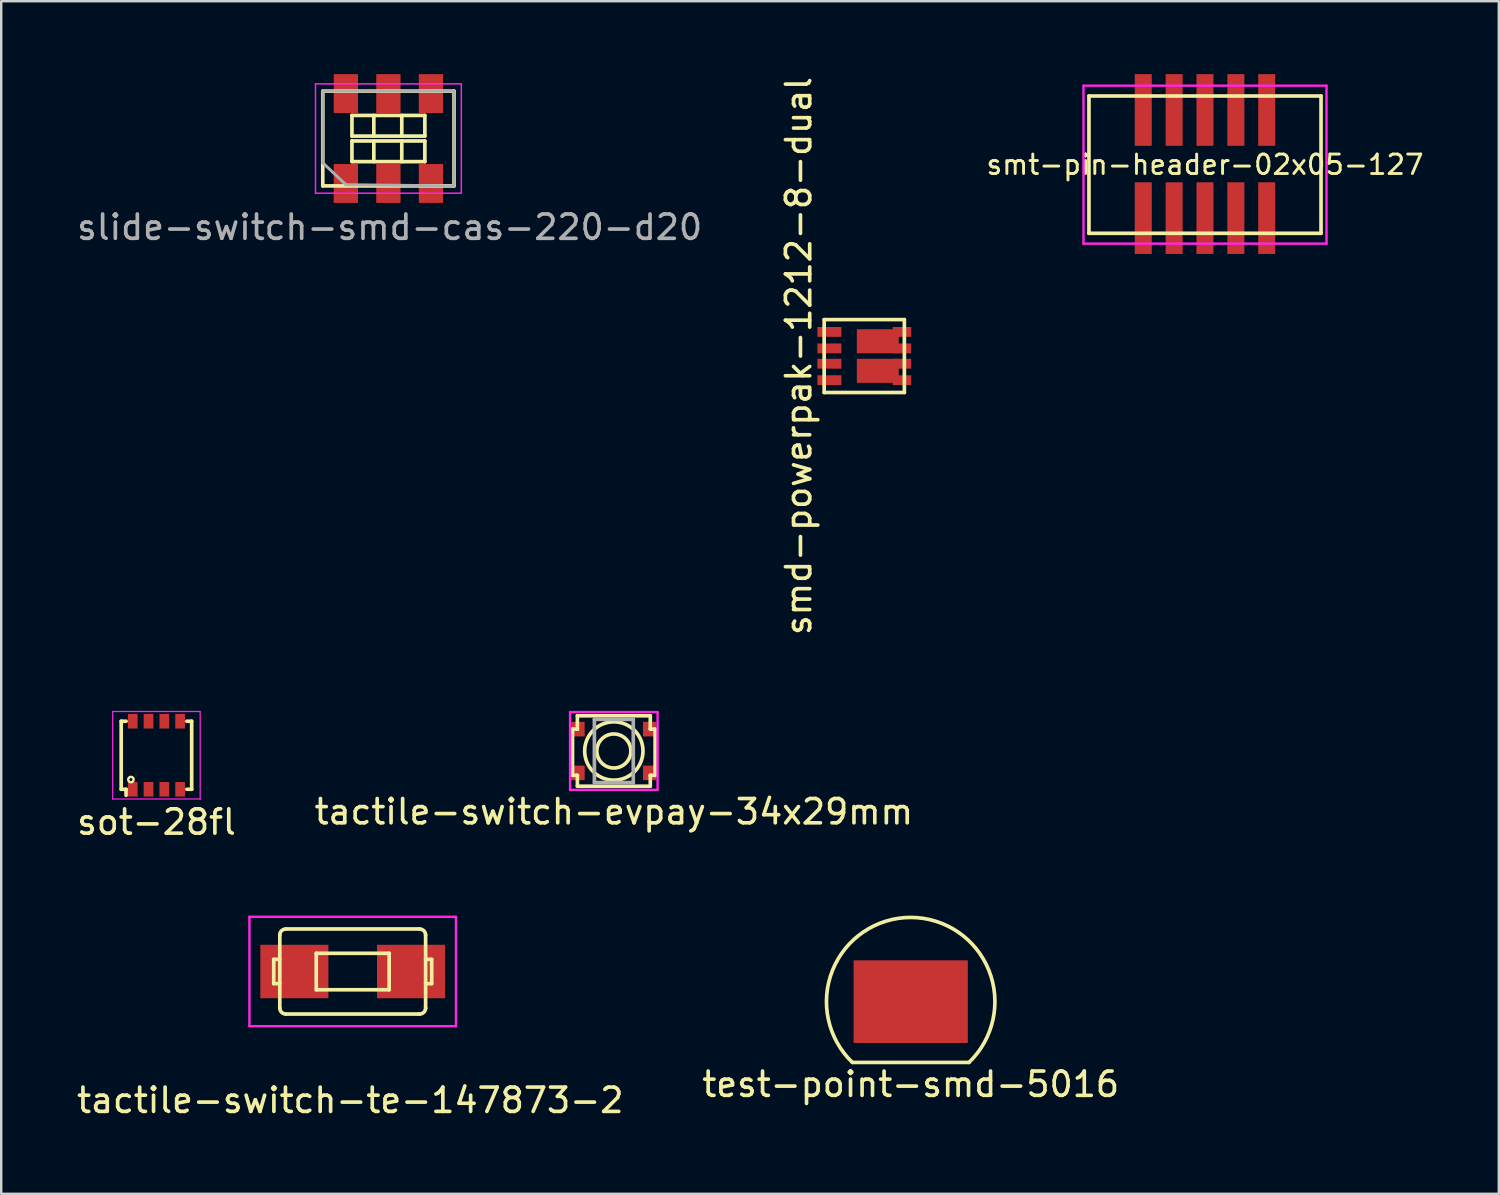
<source format=kicad_pcb>
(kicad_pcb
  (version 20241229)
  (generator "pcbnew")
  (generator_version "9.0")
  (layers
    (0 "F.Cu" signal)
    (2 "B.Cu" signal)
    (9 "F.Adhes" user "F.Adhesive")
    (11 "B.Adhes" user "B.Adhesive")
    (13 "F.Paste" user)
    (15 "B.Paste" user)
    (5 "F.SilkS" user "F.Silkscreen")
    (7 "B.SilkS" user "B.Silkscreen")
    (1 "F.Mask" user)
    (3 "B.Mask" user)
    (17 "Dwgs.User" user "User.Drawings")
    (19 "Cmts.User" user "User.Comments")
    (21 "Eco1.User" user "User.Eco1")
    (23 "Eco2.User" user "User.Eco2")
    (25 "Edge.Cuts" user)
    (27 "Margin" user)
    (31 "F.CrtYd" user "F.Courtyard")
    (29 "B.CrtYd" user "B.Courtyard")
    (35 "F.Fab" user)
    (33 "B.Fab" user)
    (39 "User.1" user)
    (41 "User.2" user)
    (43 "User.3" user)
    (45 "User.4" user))
  (footprint "smt-pin-header-02x05-127"
    (layer "F.Cu")
    (at 46.533 3.725)
    (property "Reference" "smt-pin-header-02x05-127" (at 0 0 0) (layer "F.SilkS") (effects (font (size 0.8 0.8) (thickness 0.12))))
    (attr through_hole)
    (fp_line (start -4.775 -2.825) (end -4.775 2.825) (stroke (width 0.15) (type solid)) (layer "F.SilkS"))
    (fp_line (start -4.775 -2.825) (end 4.775 -2.825) (stroke (width 0.15) (type solid)) (layer "F.SilkS"))
    (fp_line (start -4.775 2.825) (end 4.775 2.825) (stroke (width 0.15) (type solid)) (layer "F.SilkS"))
    (fp_line (start 4.775 -2.825) (end 4.775 2.825) (stroke (width 0.15) (type solid)) (layer "F.SilkS"))
    (fp_line (start -5 -3.25) (end -5 3.25) (stroke (width 0.1) (type solid)) (layer "F.CrtYd"))
    (fp_line (start -5 -3.25) (end 5 -3.25) (stroke (width 0.1) (type solid)) (layer "F.CrtYd"))
    (fp_line (start -5 3.25) (end 5 3.25) (stroke (width 0.1) (type solid)) (layer "F.CrtYd"))
    (fp_line (start 5 3.25) (end 5 -3.25) (stroke (width 0.1) (type solid)) (layer "F.CrtYd"))
    (pad "1" smd rect (at -2.54 2.2) (size 0.7 2.95) (layers "F.Cu" "F.Mask" "F.Paste"))
    (pad "2" smd rect (at -2.54 -2.25) (size 0.7 2.95) (layers "F.Cu" "F.Mask" "F.Paste"))
    (pad "3" smd rect (at -1.27 2.2) (size 0.7 2.95) (layers "F.Cu" "F.Mask" "F.Paste"))
    (pad "4" smd rect (at -1.27 -2.25) (size 0.7 2.95) (layers "F.Cu" "F.Mask" "F.Paste"))
    (pad "5" smd rect (at 0 2.2) (size 0.7 2.95) (layers "F.Cu" "F.Mask" "F.Paste"))
    (pad "6" smd rect (at 0 -2.25) (size 0.7 2.95) (layers "F.Cu" "F.Mask" "F.Paste"))
    (pad "7" smd rect (at 1.27 2.2) (size 0.7 2.95) (layers "F.Cu" "F.Mask" "F.Paste"))
    (pad "8" smd rect (at 1.27 -2.25) (size 0.7 2.95) (layers "F.Cu" "F.Mask" "F.Paste"))
    (pad "9" smd rect (at 2.54 2.2) (size 0.7 2.95) (layers "F.Cu" "F.Mask" "F.Paste"))
    (pad "10" smd rect (at 2.54 -2.25) (size 0.7 2.95) (layers "F.Cu" "F.Mask" "F.Paste")))
  (footprint "sot-28fl"
    (layer "F.Cu")
    (at 3.387 28.027)
    (property "Reference" "sot-28fl" (at 0 2.75 0) (layer "F.SilkS") (effects (font (size 1 1) (thickness 0.15))))
    (attr through_hole)
    (fp_line (start -1.45 -1.4) (end -1.25 -1.4) (stroke (width 0.15) (type solid)) (layer "F.SilkS"))
    (fp_line (start -1.45 1.4) (end -1.45 -1.4) (stroke (width 0.15) (type solid)) (layer "F.SilkS"))
    (fp_line (start -1.45 1.4) (end -1.25 1.4) (stroke (width 0.15) (type solid)) (layer "F.SilkS"))
    (fp_line (start -1.25 1.4) (end -1.25 1.65) (stroke (width 0.15) (type solid)) (layer "F.SilkS"))
    (fp_line (start 1.45 -1.4) (end 1.25 -1.4) (stroke (width 0.15) (type solid)) (layer "F.SilkS"))
    (fp_line (start 1.45 -1.4) (end 1.45 1.4) (stroke (width 0.15) (type solid)) (layer "F.SilkS"))
    (fp_line (start 1.45 1.4) (end 1.25 1.4) (stroke (width 0.15) (type solid)) (layer "F.SilkS"))
    (fp_circle (center -1.05 1) (end -0.95 1.05) (stroke (width 0.1) (type solid)) (fill no) (layer "F.SilkS"))
    (fp_line (start -1.8 -1.8) (end 1.8 -1.8) (stroke (width 0.05) (type solid)) (layer "F.CrtYd"))
    (fp_line (start -1.8 1.8) (end -1.8 -1.8) (stroke (width 0.05) (type solid)) (layer "F.CrtYd"))
    (fp_line (start 1.8 -1.8) (end 1.8 1.8) (stroke (width 0.05) (type solid)) (layer "F.CrtYd"))
    (fp_line (start 1.8 1.8) (end -1.8 1.8) (stroke (width 0.05) (type solid)) (layer "F.CrtYd"))
    (pad "1" smd rect (at -0.975 1.4) (size 0.4 0.6) (layers "F.Cu" "F.Mask" "F.Paste"))
    (pad "2" smd rect (at -0.325 1.4) (size 0.4 0.6) (layers "F.Cu" "F.Mask" "F.Paste"))
    (pad "3" smd rect (at 0.325 1.4) (size 0.4 0.6) (layers "F.Cu" "F.Mask" "F.Paste"))
    (pad "4" smd rect (at 0.975 1.4) (size 0.4 0.6) (layers "F.Cu" "F.Mask" "F.Paste"))
    (pad "5" smd rect (at 0.975 -1.4) (size 0.4 0.6) (layers "F.Cu" "F.Mask" "F.Paste"))
    (pad "6" smd rect (at 0.325 -1.4) (size 0.4 0.6) (layers "F.Cu" "F.Mask" "F.Paste"))
    (pad "7" smd rect (at -0.325 -1.4) (size 0.4 0.6) (layers "F.Cu" "F.Mask" "F.Paste"))
    (pad "8" smd rect (at -0.975 -1.4) (size 0.4 0.6) (layers "F.Cu" "F.Mask" "F.Paste")))
  (footprint "tactile-switch-te-147873-2"
    (layer "F.Cu")
    (at 11.463 36.926)
    (property "Reference" "tactile-switch-te-147873-2" (at -0.1 5.3 0) (layer "F.SilkS") (effects (font (size 1 1) (thickness 0.15))))
    (attr through_hole)
    (fp_line (start -3.25 -0.5) (end -3.25 0.5) (stroke (width 0.15) (type solid)) (layer "F.SilkS"))
    (fp_line (start -3.25 0.5) (end -3 0.5) (stroke (width 0.15) (type solid)) (layer "F.SilkS"))
    (fp_line (start -3 -0.5) (end -3.25 -0.5) (stroke (width 0.15) (type solid)) (layer "F.SilkS"))
    (fp_line (start -3 1.5) (end -3 -1.5) (stroke (width 0.15) (type solid)) (layer "F.SilkS"))
    (fp_line (start -2.75 -1.75) (end 2.75 -1.75) (stroke (width 0.15) (type solid)) (layer "F.SilkS"))
    (fp_line (start -1.5 -0.75) (end -1.5 0.75) (stroke (width 0.15) (type solid)) (layer "F.SilkS"))
    (fp_line (start -1.5 -0.75) (end 1.5 -0.75) (stroke (width 0.15) (type solid)) (layer "F.SilkS"))
    (fp_line (start 1.5 -0.75) (end 1.5 0.75) (stroke (width 0.15) (type solid)) (layer "F.SilkS"))
    (fp_line (start 1.5 0.75) (end -1.5 0.75) (stroke (width 0.15) (type solid)) (layer "F.SilkS"))
    (fp_line (start 2.75 1.75) (end -2.75 1.75) (stroke (width 0.15) (type solid)) (layer "F.SilkS"))
    (fp_line (start 3 -1.5) (end 3 1.5) (stroke (width 0.15) (type solid)) (layer "F.SilkS"))
    (fp_line (start 3 -0.5) (end 3.25 -0.5) (stroke (width 0.15) (type solid)) (layer "F.SilkS"))
    (fp_line (start 3.25 -0.5) (end 3.25 0.5) (stroke (width 0.15) (type solid)) (layer "F.SilkS"))
    (fp_line (start 3.25 0.5) (end 3 0.5) (stroke (width 0.15) (type solid)) (layer "F.SilkS"))
    (fp_arc (start -3 -1.5) (mid -2.926777 -1.676777) (end -2.75 -1.75) (stroke (width 0.15) (type solid)) (layer "F.SilkS"))
    (fp_arc (start -2.75 1.75) (mid -2.926777 1.676777) (end -3 1.5) (stroke (width 0.15) (type solid)) (layer "F.SilkS"))
    (fp_arc (start 2.75 -1.75) (mid 2.926777 -1.676777) (end 3 -1.5) (stroke (width 0.15) (type solid)) (layer "F.SilkS"))
    (fp_arc (start 3 1.5) (mid 2.926777 1.676777) (end 2.75 1.75) (stroke (width 0.15) (type solid)) (layer "F.SilkS"))
    (fp_line (start -4.25 -2.25) (end -4.25 2.25) (stroke (width 0.1) (type solid)) (layer "F.CrtYd"))
    (fp_line (start -4.25 2.25) (end 4.25 2.25) (stroke (width 0.1) (type solid)) (layer "F.CrtYd"))
    (fp_line (start 4.25 -2.25) (end -4.25 -2.25) (stroke (width 0.1) (type solid)) (layer "F.CrtYd"))
    (fp_line (start 4.25 2.25) (end 4.25 -2.25) (stroke (width 0.1) (type solid)) (layer "F.CrtYd"))
    (pad "1" smd rect (at -2.4 0) (size 2.8 2.2) (layers "F.Cu" "F.Mask" "F.Paste"))
    (pad "2" smd rect (at 2.4 0) (size 2.8 2.2) (layers "F.Cu" "F.Mask" "F.Paste")))
  (footprint "tactile-switch-evpay-34x29mm"
    (layer "F.Cu")
    (at 22.208 27.852)
    (property "Reference" "tactile-switch-evpay-34x29mm" (at 0 2.5 0) (layer "F.SilkS") (effects (font (size 1 1) (thickness 0.15))))
    (attr through_hole)
    (fp_line (start -1.7 -0.9) (end -1.5 -0.9) (stroke (width 0.15) (type solid)) (layer "F.SilkS"))
    (fp_line (start -1.7 1) (end -1.7 -0.9) (stroke (width 0.15) (type solid)) (layer "F.SilkS"))
    (fp_line (start -1.7 1) (end -1.5 1) (stroke (width 0.15) (type solid)) (layer "F.SilkS"))
    (fp_line (start -1.5 -1.45) (end -1.5 -0.9) (stroke (width 0.15) (type solid)) (layer "F.SilkS"))
    (fp_line (start -1.5 -1.45) (end 1.5 -1.45) (stroke (width 0.15) (type solid)) (layer "F.SilkS"))
    (fp_line (start -1.5 1) (end -1.5 1.45) (stroke (width 0.15) (type solid)) (layer "F.SilkS"))
    (fp_line (start 1.5 -1.45) (end 1.5 -0.9) (stroke (width 0.15) (type solid)) (layer "F.SilkS"))
    (fp_line (start 1.5 -0.9) (end 1.7 -0.9) (stroke (width 0.15) (type solid)) (layer "F.SilkS"))
    (fp_line (start 1.5 1) (end 1.5 1.45) (stroke (width 0.15) (type solid)) (layer "F.SilkS"))
    (fp_line (start 1.5 1.45) (end -1.5 1.45) (stroke (width 0.15) (type solid)) (layer "F.SilkS"))
    (fp_line (start 1.7 -0.9) (end 1.7 1) (stroke (width 0.15) (type solid)) (layer "F.SilkS"))
    (fp_line (start 1.7 1) (end 1.5 1) (stroke (width 0.15) (type solid)) (layer "F.SilkS"))
    (fp_circle (center 0 0) (end 0.7 0) (stroke (width 0.15) (type solid)) (fill no) (layer "F.SilkS"))
    (fp_circle (center 0 0) (end 1.2 0) (stroke (width 0.15) (type solid)) (fill no) (layer "F.SilkS"))
    (fp_line (start -1.8 -1.6) (end -1.8 1.6) (stroke (width 0.1) (type solid)) (layer "F.CrtYd"))
    (fp_line (start -1.8 1.6) (end 1.8 1.6) (stroke (width 0.1) (type solid)) (layer "F.CrtYd"))
    (fp_line (start 1.8 -1.6) (end -1.8 -1.6) (stroke (width 0.1) (type solid)) (layer "F.CrtYd"))
    (fp_line (start 1.8 1.6) (end 1.8 -1.6) (stroke (width 0.1) (type solid)) (layer "F.CrtYd"))
    (fp_line (start -0.8 -1.3) (end 0.8 -1.3) (stroke (width 0.15) (type solid)) (layer "F.Fab"))
    (fp_line (start -0.8 1.3) (end -0.8 -1.3) (stroke (width 0.15) (type solid)) (layer "F.Fab"))
    (fp_line (start 0.8 -1.3) (end 0.8 1.3) (stroke (width 0.15) (type solid)) (layer "F.Fab"))
    (fp_line (start 0.8 1.3) (end -0.8 1.3) (stroke (width 0.15) (type solid)) (layer "F.Fab"))
    (pad "1" smd rect (at -1.475 -0.9) (size 0.55 0.6) (layers "F.Cu" "F.Mask" "F.Paste"))
    (pad "1" smd rect (at 1.475 -0.9) (size 0.55 0.6) (layers "F.Cu" "F.Mask" "F.Paste"))
    (pad "2" smd rect (at -1.475 0.9) (size 0.55 0.6) (layers "F.Cu" "F.Mask" "F.Paste"))
    (pad "2" smd rect (at 1.475 0.9) (size 0.55 0.6) (layers "F.Cu" "F.Mask" "F.Paste")))
  (footprint "test-point-smd-5016"
    (layer "F.Cu")
    (at 34.423 38.166)
    (property "Reference" "test-point-smd-5016" (at 0 3.4 0) (layer "F.SilkS") (effects (font (size 1 1) (thickness 0.15))))
    (attr through_hole)
    (fp_line (start -2.4 2.5) (end 2.4 2.5) (stroke (width 0.15) (type solid)) (layer "F.SilkS"))
    (fp_arc (start -2.4 2.5) (mid 0 -3.465545) (end 2.4 2.5) (stroke (width 0.15) (type solid)) (layer "F.SilkS"))
    (pad "1" smd rect (at 0 0) (size 4.7 3.4) (layers "F.Cu" "F.Mask" "F.Paste")))
  (footprint "slide-switch-smd-cas-220-d20"
    (layer "F.Cu")
    (at 12.932 2.65)
    (property "Reference" "slide-switch-smd-cas-220-d20" (at 0.05 3.65 0) (layer "F.Fab") (effects (font (size 1 1) (thickness 0.15))))
    (attr through_hole)
    (fp_line (start -2.7 -1.95) (end -2.7 1.95) (stroke (width 0.15) (type solid)) (layer "F.SilkS"))
    (fp_line (start -2.7 -1.95) (end 2.7 -1.95) (stroke (width 0.15) (type solid)) (layer "F.SilkS"))
    (fp_line (start -2.7 1.95) (end 2.7 1.95) (stroke (width 0.15) (type solid)) (layer "F.SilkS"))
    (fp_line (start -1.5 -0.95) (end -1.5 -0.1) (stroke (width 0.15) (type solid)) (layer "F.SilkS"))
    (fp_line (start -1.5 -0.95) (end 1.5 -0.95) (stroke (width 0.15) (type solid)) (layer "F.SilkS"))
    (fp_line (start -1.5 -0.1) (end 1.5 -0.1) (stroke (width 0.15) (type solid)) (layer "F.SilkS"))
    (fp_line (start -1.5 0.1) (end -1.5 0.95) (stroke (width 0.15) (type solid)) (layer "F.SilkS"))
    (fp_line (start -1.5 0.1) (end 1.5 0.1) (stroke (width 0.15) (type solid)) (layer "F.SilkS"))
    (fp_line (start -1.5 0.95) (end 1.5 0.95) (stroke (width 0.15) (type solid)) (layer "F.SilkS"))
    (fp_line (start -0.6 -0.95) (end -0.6 -0.1) (stroke (width 0.15) (type solid)) (layer "F.SilkS"))
    (fp_line (start -0.6 0.1) (end -0.6 0.95) (stroke (width 0.15) (type solid)) (layer "F.SilkS"))
    (fp_line (start 0.55 -0.95) (end 0.55 -0.1) (stroke (width 0.15) (type solid)) (layer "F.SilkS"))
    (fp_line (start 0.55 0.1) (end 0.55 0.95) (stroke (width 0.15) (type solid)) (layer "F.SilkS"))
    (fp_line (start 1.5 -0.95) (end 1.5 -0.1) (stroke (width 0.15) (type solid)) (layer "F.SilkS"))
    (fp_line (start 1.5 0.1) (end 1.5 0.95) (stroke (width 0.15) (type solid)) (layer "F.SilkS"))
    (fp_line (start 2.7 -1.95) (end 2.7 1.95) (stroke (width 0.15) (type solid)) (layer "F.SilkS"))
    (fp_line (start -3 -2.25) (end 3 -2.25) (stroke (width 0.06) (type solid)) (layer "F.CrtYd"))
    (fp_line (start -3 2.25) (end -3 -2.25) (stroke (width 0.06) (type solid)) (layer "F.CrtYd"))
    (fp_line (start 3 -2.25) (end 3 2.25) (stroke (width 0.06) (type solid)) (layer "F.CrtYd"))
    (fp_line (start 3 2.25) (end -3 2.25) (stroke (width 0.06) (type solid)) (layer "F.CrtYd"))
    (fp_line (start -2.7 -1.95) (end 2.7 -1.95) (stroke (width 0.12) (type solid)) (layer "F.Fab"))
    (fp_line (start -2.7 1) (end -2.7 -1.95) (stroke (width 0.12) (type solid)) (layer "F.Fab"))
    (fp_line (start -1.75 1.9) (end -2.7 1) (stroke (width 0.12) (type solid)) (layer "F.Fab"))
    (fp_line (start 2.7 -1.95) (end 2.7 1.95) (stroke (width 0.12) (type solid)) (layer "F.Fab"))
    (fp_line (start 2.7 1.95) (end -1.75 1.9) (stroke (width 0.12) (type solid)) (layer "F.Fab"))
    (pad "1" smd rect (at -1.75 1.85) (size 1 1.6) (layers "F.Cu" "F.Mask" "F.Paste"))
    (pad "2" smd rect (at 0 1.85) (size 1 1.6) (layers "F.Cu" "F.Mask" "F.Paste"))
    (pad "3" smd rect (at 1.75 1.85) (size 1 1.6) (layers "F.Cu" "F.Mask" "F.Paste"))
    (pad "4" smd rect (at -1.75 -1.85) (size 1 1.6) (layers "F.Cu" "F.Mask" "F.Paste"))
    (pad "5" smd rect (at 0 -1.85) (size 1 1.6) (layers "F.Cu" "F.Mask" "F.Paste"))
    (pad "6" smd rect (at 1.75 -1.85) (size 1 1.6) (layers "F.Cu" "F.Mask" "F.Paste")))
  (footprint "smd-powerpak-1212-8-dual"
    (layer "F.Cu")
    (at 32.513 11.601)
    (property "Reference" "smd-powerpak-1212-8-dual" (at -2.7 0 90) (layer "F.SilkS") (effects (font (size 1 1) (thickness 0.15))))
    (attr through_hole)
    (fp_line (start -1.65 -1.5) (end -1.65 1.5) (stroke (width 0.15) (type solid)) (layer "F.SilkS"))
    (fp_line (start -1.65 1.5) (end 1.65 1.5) (stroke (width 0.15) (type solid)) (layer "F.SilkS"))
    (fp_line (start 1.65 -1.5) (end -1.65 -1.5) (stroke (width 0.15) (type solid)) (layer "F.SilkS"))
    (fp_line (start 1.65 -1.5) (end 1.65 1.5) (stroke (width 0.15) (type solid)) (layer "F.SilkS"))
    (pad "1" smd rect (at -1.435 -0.993) (size 0.99 0.405) (layers "F.Cu" "F.Mask" "F.Paste"))
    (pad "2" smd rect (at -1.435 -0.315) (size 0.99 0.405) (layers "F.Cu" "F.Mask" "F.Paste"))
    (pad "3" smd rect (at -1.435 0.315) (size 0.99 0.405) (layers "F.Cu" "F.Mask" "F.Paste"))
    (pad "4" smd rect (at -1.435 0.993) (size 0.99 0.405) (layers "F.Cu" "F.Mask" "F.Paste"))
    (pad "5" smd rect (at 0.557 0.608) (size 1.725 0.99) (layers "F.Cu" "F.Mask" "F.Paste"))
    (pad "5" smd rect (at 1.55 0.993) (size 0.76 0.405) (layers "F.Cu" "F.Mask" "F.Paste"))
    (pad "6" smd rect (at 1.55 0.315) (size 0.76 0.405) (layers "F.Cu" "F.Mask" "F.Paste"))
    (pad "7" smd rect (at 1.55 -0.315) (size 0.76 0.405) (layers "F.Cu" "F.Mask" "F.Paste"))
    (pad "8" smd rect (at 0.557 -0.608) (size 1.725 0.99) (layers "F.Cu" "F.Mask" "F.Paste"))
    (pad "8" smd rect (at 1.55 -0.993) (size 0.76 0.405) (layers "F.Cu" "F.Mask" "F.Paste")))
  (gr_rect
    (start -3 -3)
    (end 58.623 46.074)
    (stroke (width 0.1) (type default))
    (fill no)
    (layer "Edge.Cuts")))
</source>
